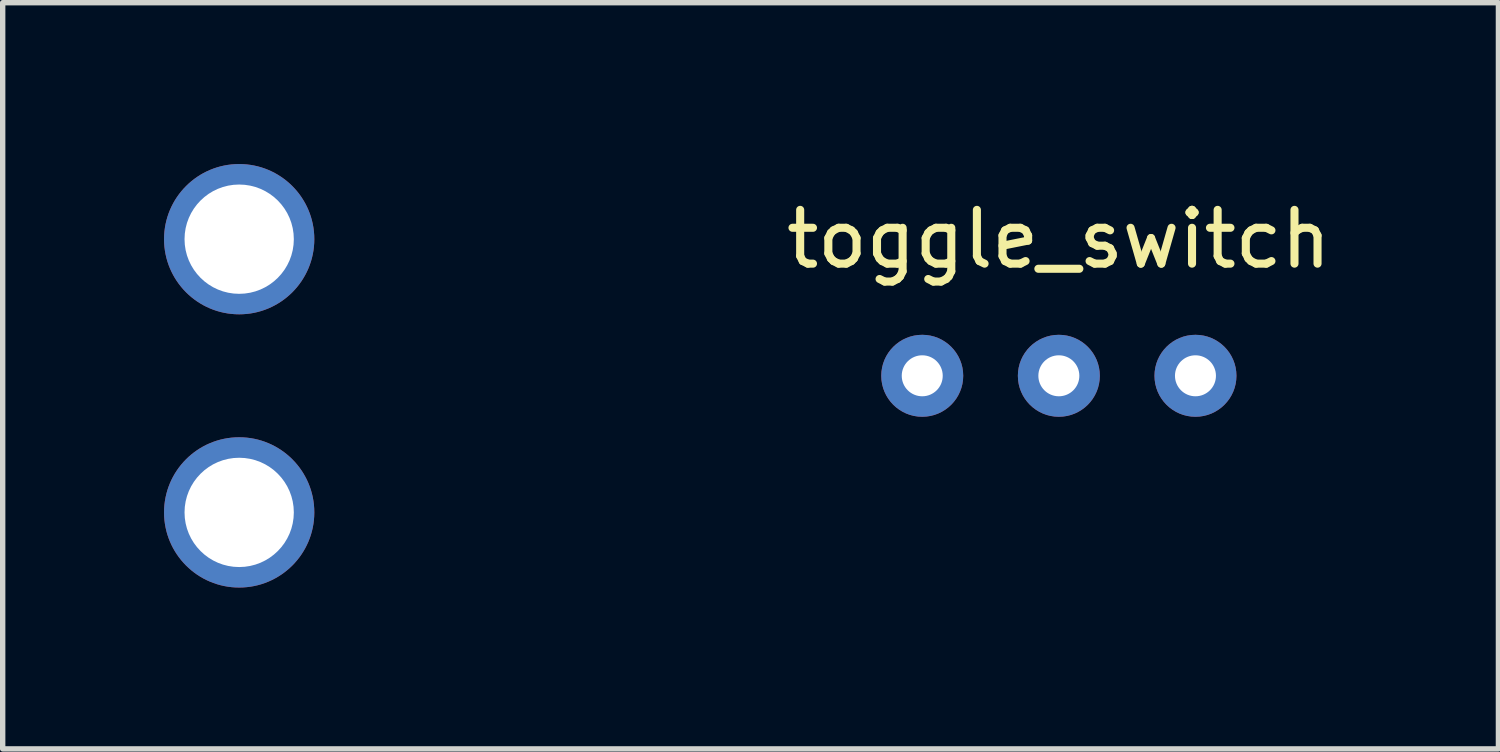
<source format=kicad_pcb>
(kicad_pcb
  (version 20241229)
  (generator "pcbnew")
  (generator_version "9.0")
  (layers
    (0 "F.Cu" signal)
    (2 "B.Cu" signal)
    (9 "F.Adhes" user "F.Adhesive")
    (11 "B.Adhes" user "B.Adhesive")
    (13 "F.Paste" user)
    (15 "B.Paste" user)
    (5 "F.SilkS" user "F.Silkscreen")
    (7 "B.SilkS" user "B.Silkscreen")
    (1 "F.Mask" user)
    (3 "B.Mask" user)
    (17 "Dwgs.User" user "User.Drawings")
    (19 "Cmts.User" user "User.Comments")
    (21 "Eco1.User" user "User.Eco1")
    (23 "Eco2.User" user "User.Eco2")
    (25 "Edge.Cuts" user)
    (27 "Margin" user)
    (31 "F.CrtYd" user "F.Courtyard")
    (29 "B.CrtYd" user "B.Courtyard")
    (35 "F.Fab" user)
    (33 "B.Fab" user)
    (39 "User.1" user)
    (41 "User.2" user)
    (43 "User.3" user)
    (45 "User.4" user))
  (footprint "toggle_switch"
    (layer "F.Cu")
    (at 16.637 3.937)
    (property "Reference" "toggle_switch" (at 0 -2.54 0) (layer "F.SilkS") (effects (font (size 1 1) (thickness 0.15))))
    (attr through_hole)
    (pad "1" thru_hole circle (at -2.54 0) (size 1.524 1.524) (drill 0.762) (layers "*.Cu" "*.Mask"))
    (pad "2" thru_hole circle (at 0 0) (size 1.524 1.524) (drill 0.762) (layers "*.Cu" "*.Mask"))
    (pad "3" thru_hole circle (at 2.54 0) (size 1.524 1.524) (drill 0.762) (layers "*.Cu" "*.Mask"))
    (pad "4" thru_hole circle (at -15.24 -2.54) (size 2.794 2.794) (drill 2.032) (layers "*.Cu" "*.Mask"))
    (pad "5" thru_hole circle (at -15.24 2.54) (size 2.794 2.794) (drill 2.032) (layers "*.Cu" "*.Mask")))
  (gr_rect
    (start -3 -3)
    (end 24.81 10.874)
    (stroke (width 0.1) (type default))
    (fill no)
    (layer "Edge.Cuts")))
</source>
